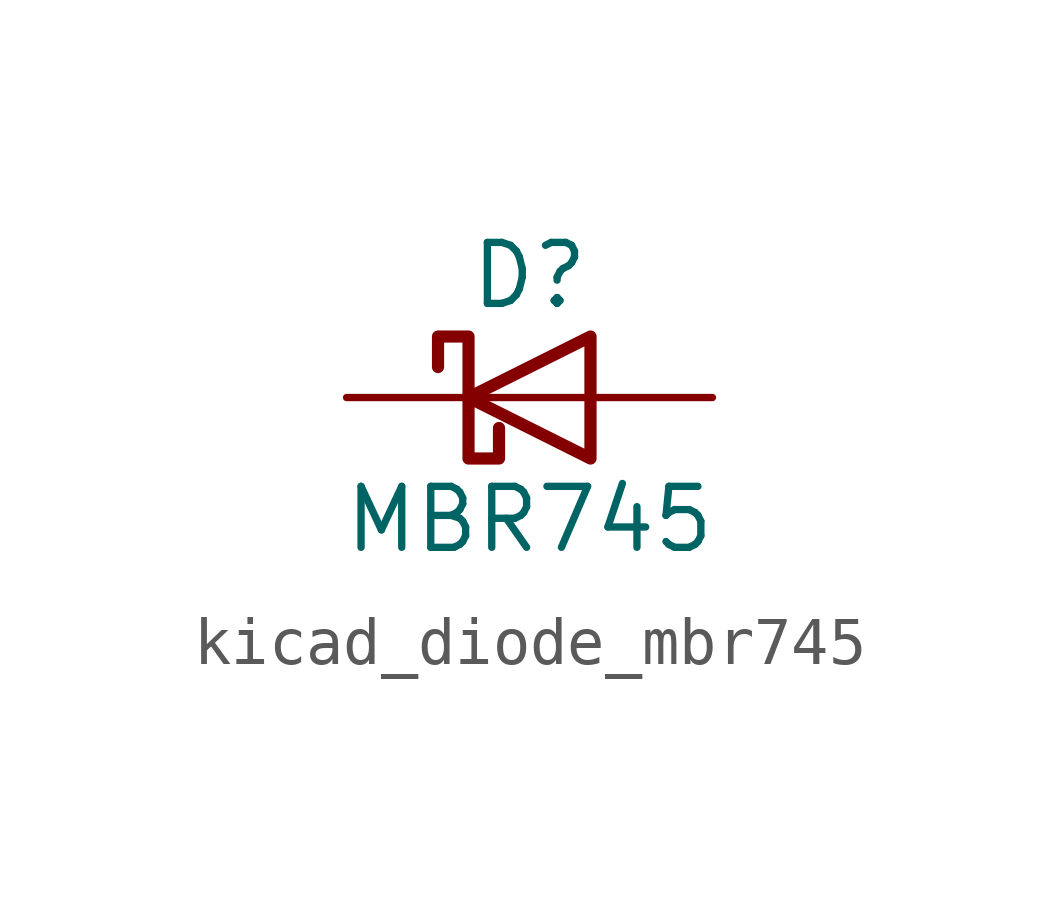
<source format=kicad_sym>
(kicad_symbol_lib
  (version 20220914)
  (generator kicad_symbol_editor)
  (symbol "kicad_diode_mbr745"
    (pin_numbers hide)
    (pin_names
      (offset 1.016) hide)
    (property "Reference" "D"
      (at 0 2.54 0)
      (effects (font (size 1.27 1.27))))
    (property "Value" "MBR745"
      (at 0 -2.54 0)
      (effects (font (size 1.27 1.27))))
    (symbol "kicad_diode_mbr745_0_1"
      (polyline (pts (xy 1.27 0) (xy -1.27 0)) (stroke (width 0) (type default)) (fill (type none)))
      (polyline (pts (xy 1.27 1.27) (xy 1.27 -1.27) (xy -1.27 0) (xy 1.27 1.27)) (stroke (width 0.254) (type default)) (fill (type none)))
      (polyline (pts (xy -1.905 0.635) (xy -1.905 1.27) (xy -1.27 1.27) (xy -1.27 -1.27) (xy -0.635 -1.27) (xy -0.635 -0.635)) (stroke (width 0.254) (type default)) (fill (type none))))
    (symbol "kicad_diode_mbr745_1_1"
      (pin passive line (at -3.81 0 0) (length 2.54) (name "K" (effects (font (size 1.27 1.27)))) (number "1" (effects (font (size 1.27 1.27)))))
      (pin passive line (at 3.81 0 180) (length 2.54) (name "A" (effects (font (size 1.27 1.27)))) (number "2" (effects (font (size 1.27 1.27))))))))
</source>
